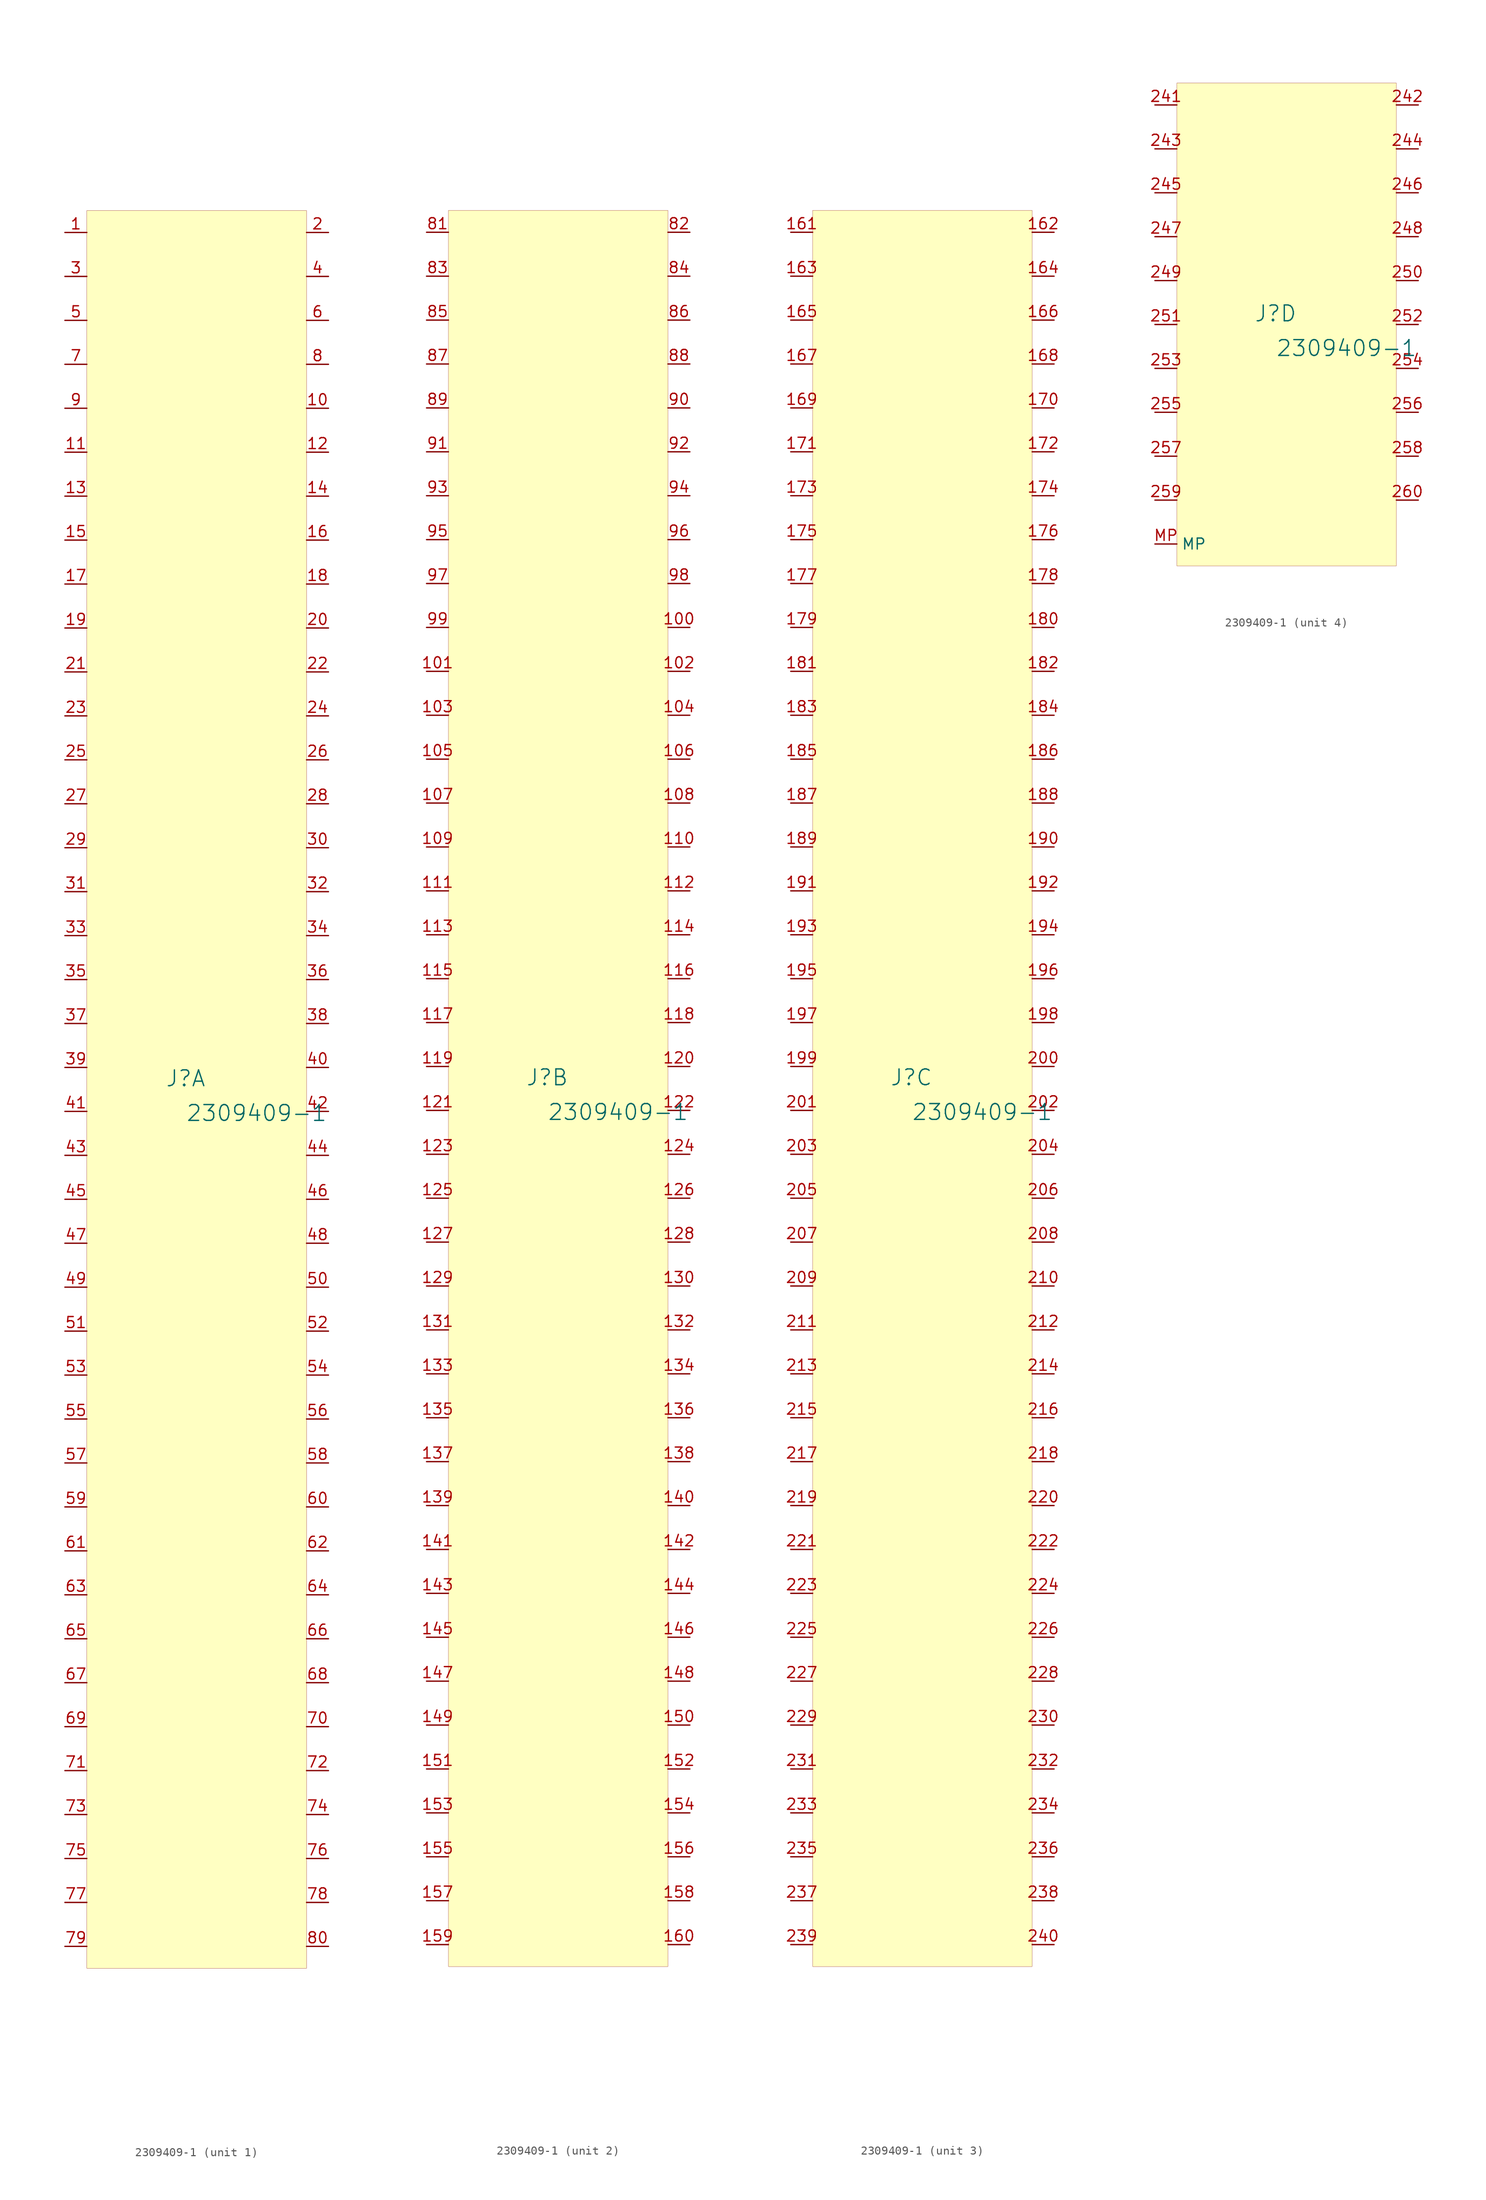
<source format=kicad_sym>
(kicad_symbol_lib
  (version 20231120)
  (generator "kicad_symbol_editor")
  (generator_version "8.0")
  (symbol "2309409-1"
    (property "Reference" "J"
      (at -1.27 1.27 0)
      (effects (font (size 1.829 1.829))))
    (property "Value" "2309409-1"
      (at -1.27 -3.81 0)
      (effects (font (size 1.829 1.829)) (justify left bottom)))
    (symbol "2309409-1_1_0"
      (rectangle (start 12.7 101.6) (end -12.7 -101.6) (stroke (width 0.025) (type solid) (color 128 0 0 1)) (fill (type background)))
      (pin passive line (at -15.24 99.06 0) (length 2.54) (name "" (effects (font (size 1.27 1.27)))) (number "1" (effects (font (size 1.27 1.27)))))
      (pin passive line (at 15.24 78.74 180) (length 2.54) (name "" (effects (font (size 1.27 1.27)))) (number "10" (effects (font (size 1.27 1.27)))))
      (pin passive line (at -15.24 73.66 0) (length 2.54) (name "" (effects (font (size 1.27 1.27)))) (number "11" (effects (font (size 1.27 1.27)))))
      (pin passive line (at 15.24 73.66 180) (length 2.54) (name "" (effects (font (size 1.27 1.27)))) (number "12" (effects (font (size 1.27 1.27)))))
      (pin passive line (at -15.24 68.58 0) (length 2.54) (name "" (effects (font (size 1.27 1.27)))) (number "13" (effects (font (size 1.27 1.27)))))
      (pin passive line (at 15.24 68.58 180) (length 2.54) (name "" (effects (font (size 1.27 1.27)))) (number "14" (effects (font (size 1.27 1.27)))))
      (pin passive line (at -15.24 63.5 0) (length 2.54) (name "" (effects (font (size 1.27 1.27)))) (number "15" (effects (font (size 1.27 1.27)))))
      (pin passive line (at 15.24 63.5 180) (length 2.54) (name "" (effects (font (size 1.27 1.27)))) (number "16" (effects (font (size 1.27 1.27)))))
      (pin passive line (at -15.24 58.42 0) (length 2.54) (name "" (effects (font (size 1.27 1.27)))) (number "17" (effects (font (size 1.27 1.27)))))
      (pin passive line (at 15.24 58.42 180) (length 2.54) (name "" (effects (font (size 1.27 1.27)))) (number "18" (effects (font (size 1.27 1.27)))))
      (pin passive line (at -15.24 53.34 0) (length 2.54) (name "" (effects (font (size 1.27 1.27)))) (number "19" (effects (font (size 1.27 1.27)))))
      (pin passive line (at 15.24 99.06 180) (length 2.54) (name "" (effects (font (size 1.27 1.27)))) (number "2" (effects (font (size 1.27 1.27)))))
      (pin passive line (at 15.24 53.34 180) (length 2.54) (name "" (effects (font (size 1.27 1.27)))) (number "20" (effects (font (size 1.27 1.27)))))
      (pin passive line (at -15.24 48.26 0) (length 2.54) (name "" (effects (font (size 1.27 1.27)))) (number "21" (effects (font (size 1.27 1.27)))))
      (pin passive line (at 15.24 48.26 180) (length 2.54) (name "" (effects (font (size 1.27 1.27)))) (number "22" (effects (font (size 1.27 1.27)))))
      (pin passive line (at -15.24 43.18 0) (length 2.54) (name "" (effects (font (size 1.27 1.27)))) (number "23" (effects (font (size 1.27 1.27)))))
      (pin passive line (at 15.24 43.18 180) (length 2.54) (name "" (effects (font (size 1.27 1.27)))) (number "24" (effects (font (size 1.27 1.27)))))
      (pin passive line (at -15.24 38.1 0) (length 2.54) (name "" (effects (font (size 1.27 1.27)))) (number "25" (effects (font (size 1.27 1.27)))))
      (pin passive line (at 15.24 38.1 180) (length 2.54) (name "" (effects (font (size 1.27 1.27)))) (number "26" (effects (font (size 1.27 1.27)))))
      (pin passive line (at -15.24 33.02 0) (length 2.54) (name "" (effects (font (size 1.27 1.27)))) (number "27" (effects (font (size 1.27 1.27)))))
      (pin passive line (at 15.24 33.02 180) (length 2.54) (name "" (effects (font (size 1.27 1.27)))) (number "28" (effects (font (size 1.27 1.27)))))
      (pin passive line (at -15.24 27.94 0) (length 2.54) (name "" (effects (font (size 1.27 1.27)))) (number "29" (effects (font (size 1.27 1.27)))))
      (pin passive line (at -15.24 93.98 0) (length 2.54) (name "" (effects (font (size 1.27 1.27)))) (number "3" (effects (font (size 1.27 1.27)))))
      (pin passive line (at 15.24 27.94 180) (length 2.54) (name "" (effects (font (size 1.27 1.27)))) (number "30" (effects (font (size 1.27 1.27)))))
      (pin passive line (at -15.24 22.86 0) (length 2.54) (name "" (effects (font (size 1.27 1.27)))) (number "31" (effects (font (size 1.27 1.27)))))
      (pin passive line (at 15.24 22.86 180) (length 2.54) (name "" (effects (font (size 1.27 1.27)))) (number "32" (effects (font (size 1.27 1.27)))))
      (pin passive line (at -15.24 17.78 0) (length 2.54) (name "" (effects (font (size 1.27 1.27)))) (number "33" (effects (font (size 1.27 1.27)))))
      (pin passive line (at 15.24 17.78 180) (length 2.54) (name "" (effects (font (size 1.27 1.27)))) (number "34" (effects (font (size 1.27 1.27)))))
      (pin passive line (at -15.24 12.7 0) (length 2.54) (name "" (effects (font (size 1.27 1.27)))) (number "35" (effects (font (size 1.27 1.27)))))
      (pin passive line (at 15.24 12.7 180) (length 2.54) (name "" (effects (font (size 1.27 1.27)))) (number "36" (effects (font (size 1.27 1.27)))))
      (pin passive line (at -15.24 7.62 0) (length 2.54) (name "" (effects (font (size 1.27 1.27)))) (number "37" (effects (font (size 1.27 1.27)))))
      (pin passive line (at 15.24 7.62 180) (length 2.54) (name "" (effects (font (size 1.27 1.27)))) (number "38" (effects (font (size 1.27 1.27)))))
      (pin passive line (at -15.24 2.54 0) (length 2.54) (name "" (effects (font (size 1.27 1.27)))) (number "39" (effects (font (size 1.27 1.27)))))
      (pin passive line (at 15.24 93.98 180) (length 2.54) (name "" (effects (font (size 1.27 1.27)))) (number "4" (effects (font (size 1.27 1.27)))))
      (pin passive line (at 15.24 2.54 180) (length 2.54) (name "" (effects (font (size 1.27 1.27)))) (number "40" (effects (font (size 1.27 1.27)))))
      (pin passive line (at -15.24 -2.54 0) (length 2.54) (name "" (effects (font (size 1.27 1.27)))) (number "41" (effects (font (size 1.27 1.27)))))
      (pin passive line (at 15.24 -2.54 180) (length 2.54) (name "" (effects (font (size 1.27 1.27)))) (number "42" (effects (font (size 1.27 1.27)))))
      (pin passive line (at -15.24 -7.62 0) (length 2.54) (name "" (effects (font (size 1.27 1.27)))) (number "43" (effects (font (size 1.27 1.27)))))
      (pin passive line (at 15.24 -7.62 180) (length 2.54) (name "" (effects (font (size 1.27 1.27)))) (number "44" (effects (font (size 1.27 1.27)))))
      (pin passive line (at -15.24 -12.7 0) (length 2.54) (name "" (effects (font (size 1.27 1.27)))) (number "45" (effects (font (size 1.27 1.27)))))
      (pin passive line (at 15.24 -12.7 180) (length 2.54) (name "" (effects (font (size 1.27 1.27)))) (number "46" (effects (font (size 1.27 1.27)))))
      (pin passive line (at -15.24 -17.78 0) (length 2.54) (name "" (effects (font (size 1.27 1.27)))) (number "47" (effects (font (size 1.27 1.27)))))
      (pin passive line (at 15.24 -17.78 180) (length 2.54) (name "" (effects (font (size 1.27 1.27)))) (number "48" (effects (font (size 1.27 1.27)))))
      (pin passive line (at -15.24 -22.86 0) (length 2.54) (name "" (effects (font (size 1.27 1.27)))) (number "49" (effects (font (size 1.27 1.27)))))
      (pin passive line (at -15.24 88.9 0) (length 2.54) (name "" (effects (font (size 1.27 1.27)))) (number "5" (effects (font (size 1.27 1.27)))))
      (pin passive line (at 15.24 -22.86 180) (length 2.54) (name "" (effects (font (size 1.27 1.27)))) (number "50" (effects (font (size 1.27 1.27)))))
      (pin passive line (at -15.24 -27.94 0) (length 2.54) (name "" (effects (font (size 1.27 1.27)))) (number "51" (effects (font (size 1.27 1.27)))))
      (pin passive line (at 15.24 -27.94 180) (length 2.54) (name "" (effects (font (size 1.27 1.27)))) (number "52" (effects (font (size 1.27 1.27)))))
      (pin passive line (at -15.24 -33.02 0) (length 2.54) (name "" (effects (font (size 1.27 1.27)))) (number "53" (effects (font (size 1.27 1.27)))))
      (pin passive line (at 15.24 -33.02 180) (length 2.54) (name "" (effects (font (size 1.27 1.27)))) (number "54" (effects (font (size 1.27 1.27)))))
      (pin passive line (at -15.24 -38.1 0) (length 2.54) (name "" (effects (font (size 1.27 1.27)))) (number "55" (effects (font (size 1.27 1.27)))))
      (pin passive line (at 15.24 -38.1 180) (length 2.54) (name "" (effects (font (size 1.27 1.27)))) (number "56" (effects (font (size 1.27 1.27)))))
      (pin passive line (at -15.24 -43.18 0) (length 2.54) (name "" (effects (font (size 1.27 1.27)))) (number "57" (effects (font (size 1.27 1.27)))))
      (pin passive line (at 15.24 -43.18 180) (length 2.54) (name "" (effects (font (size 1.27 1.27)))) (number "58" (effects (font (size 1.27 1.27)))))
      (pin passive line (at -15.24 -48.26 0) (length 2.54) (name "" (effects (font (size 1.27 1.27)))) (number "59" (effects (font (size 1.27 1.27)))))
      (pin passive line (at 15.24 88.9 180) (length 2.54) (name "" (effects (font (size 1.27 1.27)))) (number "6" (effects (font (size 1.27 1.27)))))
      (pin passive line (at 15.24 -48.26 180) (length 2.54) (name "" (effects (font (size 1.27 1.27)))) (number "60" (effects (font (size 1.27 1.27)))))
      (pin passive line (at -15.24 -53.34 0) (length 2.54) (name "" (effects (font (size 1.27 1.27)))) (number "61" (effects (font (size 1.27 1.27)))))
      (pin passive line (at 15.24 -53.34 180) (length 2.54) (name "" (effects (font (size 1.27 1.27)))) (number "62" (effects (font (size 1.27 1.27)))))
      (pin passive line (at -15.24 -58.42 0) (length 2.54) (name "" (effects (font (size 1.27 1.27)))) (number "63" (effects (font (size 1.27 1.27)))))
      (pin passive line (at 15.24 -58.42 180) (length 2.54) (name "" (effects (font (size 1.27 1.27)))) (number "64" (effects (font (size 1.27 1.27)))))
      (pin passive line (at -15.24 -63.5 0) (length 2.54) (name "" (effects (font (size 1.27 1.27)))) (number "65" (effects (font (size 1.27 1.27)))))
      (pin passive line (at 15.24 -63.5 180) (length 2.54) (name "" (effects (font (size 1.27 1.27)))) (number "66" (effects (font (size 1.27 1.27)))))
      (pin passive line (at -15.24 -68.58 0) (length 2.54) (name "" (effects (font (size 1.27 1.27)))) (number "67" (effects (font (size 1.27 1.27)))))
      (pin passive line (at 15.24 -68.58 180) (length 2.54) (name "" (effects (font (size 1.27 1.27)))) (number "68" (effects (font (size 1.27 1.27)))))
      (pin passive line (at -15.24 -73.66 0) (length 2.54) (name "" (effects (font (size 1.27 1.27)))) (number "69" (effects (font (size 1.27 1.27)))))
      (pin passive line (at -15.24 83.82 0) (length 2.54) (name "" (effects (font (size 1.27 1.27)))) (number "7" (effects (font (size 1.27 1.27)))))
      (pin passive line (at 15.24 -73.66 180) (length 2.54) (name "" (effects (font (size 1.27 1.27)))) (number "70" (effects (font (size 1.27 1.27)))))
      (pin passive line (at -15.24 -78.74 0) (length 2.54) (name "" (effects (font (size 1.27 1.27)))) (number "71" (effects (font (size 1.27 1.27)))))
      (pin passive line (at 15.24 -78.74 180) (length 2.54) (name "" (effects (font (size 1.27 1.27)))) (number "72" (effects (font (size 1.27 1.27)))))
      (pin passive line (at -15.24 -83.82 0) (length 2.54) (name "" (effects (font (size 1.27 1.27)))) (number "73" (effects (font (size 1.27 1.27)))))
      (pin passive line (at 15.24 -83.82 180) (length 2.54) (name "" (effects (font (size 1.27 1.27)))) (number "74" (effects (font (size 1.27 1.27)))))
      (pin passive line (at -15.24 -88.9 0) (length 2.54) (name "" (effects (font (size 1.27 1.27)))) (number "75" (effects (font (size 1.27 1.27)))))
      (pin passive line (at 15.24 -88.9 180) (length 2.54) (name "" (effects (font (size 1.27 1.27)))) (number "76" (effects (font (size 1.27 1.27)))))
      (pin passive line (at -15.24 -93.98 0) (length 2.54) (name "" (effects (font (size 1.27 1.27)))) (number "77" (effects (font (size 1.27 1.27)))))
      (pin passive line (at 15.24 -93.98 180) (length 2.54) (name "" (effects (font (size 1.27 1.27)))) (number "78" (effects (font (size 1.27 1.27)))))
      (pin passive line (at -15.24 -99.06 0) (length 2.54) (name "" (effects (font (size 1.27 1.27)))) (number "79" (effects (font (size 1.27 1.27)))))
      (pin passive line (at 15.24 83.82 180) (length 2.54) (name "" (effects (font (size 1.27 1.27)))) (number "8" (effects (font (size 1.27 1.27)))))
      (pin passive line (at 15.24 -99.06 180) (length 2.54) (name "" (effects (font (size 1.27 1.27)))) (number "80" (effects (font (size 1.27 1.27)))))
      (pin passive line (at -15.24 78.74 0) (length 2.54) (name "" (effects (font (size 1.27 1.27)))) (number "9" (effects (font (size 1.27 1.27))))))
    (symbol "2309409-1_2_0"
      (rectangle (start 12.7 101.6) (end -12.7 -101.6) (stroke (width 0.025) (type solid) (color 128 0 0 1)) (fill (type background)))
      (pin passive line (at 15.24 53.34 180) (length 2.54) (name "" (effects (font (size 1.27 1.27)))) (number "100" (effects (font (size 1.27 1.27)))))
      (pin passive line (at -15.24 48.26 0) (length 2.54) (name "" (effects (font (size 1.27 1.27)))) (number "101" (effects (font (size 1.27 1.27)))))
      (pin passive line (at 15.24 48.26 180) (length 2.54) (name "" (effects (font (size 1.27 1.27)))) (number "102" (effects (font (size 1.27 1.27)))))
      (pin passive line (at -15.24 43.18 0) (length 2.54) (name "" (effects (font (size 1.27 1.27)))) (number "103" (effects (font (size 1.27 1.27)))))
      (pin passive line (at 15.24 43.18 180) (length 2.54) (name "" (effects (font (size 1.27 1.27)))) (number "104" (effects (font (size 1.27 1.27)))))
      (pin passive line (at -15.24 38.1 0) (length 2.54) (name "" (effects (font (size 1.27 1.27)))) (number "105" (effects (font (size 1.27 1.27)))))
      (pin passive line (at 15.24 38.1 180) (length 2.54) (name "" (effects (font (size 1.27 1.27)))) (number "106" (effects (font (size 1.27 1.27)))))
      (pin passive line (at -15.24 33.02 0) (length 2.54) (name "" (effects (font (size 1.27 1.27)))) (number "107" (effects (font (size 1.27 1.27)))))
      (pin passive line (at 15.24 33.02 180) (length 2.54) (name "" (effects (font (size 1.27 1.27)))) (number "108" (effects (font (size 1.27 1.27)))))
      (pin passive line (at -15.24 27.94 0) (length 2.54) (name "" (effects (font (size 1.27 1.27)))) (number "109" (effects (font (size 1.27 1.27)))))
      (pin passive line (at 15.24 27.94 180) (length 2.54) (name "" (effects (font (size 1.27 1.27)))) (number "110" (effects (font (size 1.27 1.27)))))
      (pin passive line (at -15.24 22.86 0) (length 2.54) (name "" (effects (font (size 1.27 1.27)))) (number "111" (effects (font (size 1.27 1.27)))))
      (pin passive line (at 15.24 22.86 180) (length 2.54) (name "" (effects (font (size 1.27 1.27)))) (number "112" (effects (font (size 1.27 1.27)))))
      (pin passive line (at -15.24 17.78 0) (length 2.54) (name "" (effects (font (size 1.27 1.27)))) (number "113" (effects (font (size 1.27 1.27)))))
      (pin passive line (at 15.24 17.78 180) (length 2.54) (name "" (effects (font (size 1.27 1.27)))) (number "114" (effects (font (size 1.27 1.27)))))
      (pin passive line (at -15.24 12.7 0) (length 2.54) (name "" (effects (font (size 1.27 1.27)))) (number "115" (effects (font (size 1.27 1.27)))))
      (pin passive line (at 15.24 12.7 180) (length 2.54) (name "" (effects (font (size 1.27 1.27)))) (number "116" (effects (font (size 1.27 1.27)))))
      (pin passive line (at -15.24 7.62 0) (length 2.54) (name "" (effects (font (size 1.27 1.27)))) (number "117" (effects (font (size 1.27 1.27)))))
      (pin passive line (at 15.24 7.62 180) (length 2.54) (name "" (effects (font (size 1.27 1.27)))) (number "118" (effects (font (size 1.27 1.27)))))
      (pin passive line (at -15.24 2.54 0) (length 2.54) (name "" (effects (font (size 1.27 1.27)))) (number "119" (effects (font (size 1.27 1.27)))))
      (pin passive line (at 15.24 2.54 180) (length 2.54) (name "" (effects (font (size 1.27 1.27)))) (number "120" (effects (font (size 1.27 1.27)))))
      (pin passive line (at -15.24 -2.54 0) (length 2.54) (name "" (effects (font (size 1.27 1.27)))) (number "121" (effects (font (size 1.27 1.27)))))
      (pin passive line (at 15.24 -2.54 180) (length 2.54) (name "" (effects (font (size 1.27 1.27)))) (number "122" (effects (font (size 1.27 1.27)))))
      (pin passive line (at -15.24 -7.62 0) (length 2.54) (name "" (effects (font (size 1.27 1.27)))) (number "123" (effects (font (size 1.27 1.27)))))
      (pin passive line (at 15.24 -7.62 180) (length 2.54) (name "" (effects (font (size 1.27 1.27)))) (number "124" (effects (font (size 1.27 1.27)))))
      (pin passive line (at -15.24 -12.7 0) (length 2.54) (name "" (effects (font (size 1.27 1.27)))) (number "125" (effects (font (size 1.27 1.27)))))
      (pin passive line (at 15.24 -12.7 180) (length 2.54) (name "" (effects (font (size 1.27 1.27)))) (number "126" (effects (font (size 1.27 1.27)))))
      (pin passive line (at -15.24 -17.78 0) (length 2.54) (name "" (effects (font (size 1.27 1.27)))) (number "127" (effects (font (size 1.27 1.27)))))
      (pin passive line (at 15.24 -17.78 180) (length 2.54) (name "" (effects (font (size 1.27 1.27)))) (number "128" (effects (font (size 1.27 1.27)))))
      (pin passive line (at -15.24 -22.86 0) (length 2.54) (name "" (effects (font (size 1.27 1.27)))) (number "129" (effects (font (size 1.27 1.27)))))
      (pin passive line (at 15.24 -22.86 180) (length 2.54) (name "" (effects (font (size 1.27 1.27)))) (number "130" (effects (font (size 1.27 1.27)))))
      (pin passive line (at -15.24 -27.94 0) (length 2.54) (name "" (effects (font (size 1.27 1.27)))) (number "131" (effects (font (size 1.27 1.27)))))
      (pin passive line (at 15.24 -27.94 180) (length 2.54) (name "" (effects (font (size 1.27 1.27)))) (number "132" (effects (font (size 1.27 1.27)))))
      (pin passive line (at -15.24 -33.02 0) (length 2.54) (name "" (effects (font (size 1.27 1.27)))) (number "133" (effects (font (size 1.27 1.27)))))
      (pin passive line (at 15.24 -33.02 180) (length 2.54) (name "" (effects (font (size 1.27 1.27)))) (number "134" (effects (font (size 1.27 1.27)))))
      (pin passive line (at -15.24 -38.1 0) (length 2.54) (name "" (effects (font (size 1.27 1.27)))) (number "135" (effects (font (size 1.27 1.27)))))
      (pin passive line (at 15.24 -38.1 180) (length 2.54) (name "" (effects (font (size 1.27 1.27)))) (number "136" (effects (font (size 1.27 1.27)))))
      (pin passive line (at -15.24 -43.18 0) (length 2.54) (name "" (effects (font (size 1.27 1.27)))) (number "137" (effects (font (size 1.27 1.27)))))
      (pin passive line (at 15.24 -43.18 180) (length 2.54) (name "" (effects (font (size 1.27 1.27)))) (number "138" (effects (font (size 1.27 1.27)))))
      (pin passive line (at -15.24 -48.26 0) (length 2.54) (name "" (effects (font (size 1.27 1.27)))) (number "139" (effects (font (size 1.27 1.27)))))
      (pin passive line (at 15.24 -48.26 180) (length 2.54) (name "" (effects (font (size 1.27 1.27)))) (number "140" (effects (font (size 1.27 1.27)))))
      (pin passive line (at -15.24 -53.34 0) (length 2.54) (name "" (effects (font (size 1.27 1.27)))) (number "141" (effects (font (size 1.27 1.27)))))
      (pin passive line (at 15.24 -53.34 180) (length 2.54) (name "" (effects (font (size 1.27 1.27)))) (number "142" (effects (font (size 1.27 1.27)))))
      (pin passive line (at -15.24 -58.42 0) (length 2.54) (name "" (effects (font (size 1.27 1.27)))) (number "143" (effects (font (size 1.27 1.27)))))
      (pin passive line (at 15.24 -58.42 180) (length 2.54) (name "" (effects (font (size 1.27 1.27)))) (number "144" (effects (font (size 1.27 1.27)))))
      (pin passive line (at -15.24 -63.5 0) (length 2.54) (name "" (effects (font (size 1.27 1.27)))) (number "145" (effects (font (size 1.27 1.27)))))
      (pin passive line (at 15.24 -63.5 180) (length 2.54) (name "" (effects (font (size 1.27 1.27)))) (number "146" (effects (font (size 1.27 1.27)))))
      (pin passive line (at -15.24 -68.58 0) (length 2.54) (name "" (effects (font (size 1.27 1.27)))) (number "147" (effects (font (size 1.27 1.27)))))
      (pin passive line (at 15.24 -68.58 180) (length 2.54) (name "" (effects (font (size 1.27 1.27)))) (number "148" (effects (font (size 1.27 1.27)))))
      (pin passive line (at -15.24 -73.66 0) (length 2.54) (name "" (effects (font (size 1.27 1.27)))) (number "149" (effects (font (size 1.27 1.27)))))
      (pin passive line (at 15.24 -73.66 180) (length 2.54) (name "" (effects (font (size 1.27 1.27)))) (number "150" (effects (font (size 1.27 1.27)))))
      (pin passive line (at -15.24 -78.74 0) (length 2.54) (name "" (effects (font (size 1.27 1.27)))) (number "151" (effects (font (size 1.27 1.27)))))
      (pin passive line (at 15.24 -78.74 180) (length 2.54) (name "" (effects (font (size 1.27 1.27)))) (number "152" (effects (font (size 1.27 1.27)))))
      (pin passive line (at -15.24 -83.82 0) (length 2.54) (name "" (effects (font (size 1.27 1.27)))) (number "153" (effects (font (size 1.27 1.27)))))
      (pin passive line (at 15.24 -83.82 180) (length 2.54) (name "" (effects (font (size 1.27 1.27)))) (number "154" (effects (font (size 1.27 1.27)))))
      (pin passive line (at -15.24 -88.9 0) (length 2.54) (name "" (effects (font (size 1.27 1.27)))) (number "155" (effects (font (size 1.27 1.27)))))
      (pin passive line (at 15.24 -88.9 180) (length 2.54) (name "" (effects (font (size 1.27 1.27)))) (number "156" (effects (font (size 1.27 1.27)))))
      (pin passive line (at -15.24 -93.98 0) (length 2.54) (name "" (effects (font (size 1.27 1.27)))) (number "157" (effects (font (size 1.27 1.27)))))
      (pin passive line (at 15.24 -93.98 180) (length 2.54) (name "" (effects (font (size 1.27 1.27)))) (number "158" (effects (font (size 1.27 1.27)))))
      (pin passive line (at -15.24 -99.06 0) (length 2.54) (name "" (effects (font (size 1.27 1.27)))) (number "159" (effects (font (size 1.27 1.27)))))
      (pin passive line (at 15.24 -99.06 180) (length 2.54) (name "" (effects (font (size 1.27 1.27)))) (number "160" (effects (font (size 1.27 1.27)))))
      (pin passive line (at -15.24 99.06 0) (length 2.54) (name "" (effects (font (size 1.27 1.27)))) (number "81" (effects (font (size 1.27 1.27)))))
      (pin passive line (at 15.24 99.06 180) (length 2.54) (name "" (effects (font (size 1.27 1.27)))) (number "82" (effects (font (size 1.27 1.27)))))
      (pin passive line (at -15.24 93.98 0) (length 2.54) (name "" (effects (font (size 1.27 1.27)))) (number "83" (effects (font (size 1.27 1.27)))))
      (pin passive line (at 15.24 93.98 180) (length 2.54) (name "" (effects (font (size 1.27 1.27)))) (number "84" (effects (font (size 1.27 1.27)))))
      (pin passive line (at -15.24 88.9 0) (length 2.54) (name "" (effects (font (size 1.27 1.27)))) (number "85" (effects (font (size 1.27 1.27)))))
      (pin passive line (at 15.24 88.9 180) (length 2.54) (name "" (effects (font (size 1.27 1.27)))) (number "86" (effects (font (size 1.27 1.27)))))
      (pin passive line (at -15.24 83.82 0) (length 2.54) (name "" (effects (font (size 1.27 1.27)))) (number "87" (effects (font (size 1.27 1.27)))))
      (pin passive line (at 15.24 83.82 180) (length 2.54) (name "" (effects (font (size 1.27 1.27)))) (number "88" (effects (font (size 1.27 1.27)))))
      (pin passive line (at -15.24 78.74 0) (length 2.54) (name "" (effects (font (size 1.27 1.27)))) (number "89" (effects (font (size 1.27 1.27)))))
      (pin passive line (at 15.24 78.74 180) (length 2.54) (name "" (effects (font (size 1.27 1.27)))) (number "90" (effects (font (size 1.27 1.27)))))
      (pin passive line (at -15.24 73.66 0) (length 2.54) (name "" (effects (font (size 1.27 1.27)))) (number "91" (effects (font (size 1.27 1.27)))))
      (pin passive line (at 15.24 73.66 180) (length 2.54) (name "" (effects (font (size 1.27 1.27)))) (number "92" (effects (font (size 1.27 1.27)))))
      (pin passive line (at -15.24 68.58 0) (length 2.54) (name "" (effects (font (size 1.27 1.27)))) (number "93" (effects (font (size 1.27 1.27)))))
      (pin passive line (at 15.24 68.58 180) (length 2.54) (name "" (effects (font (size 1.27 1.27)))) (number "94" (effects (font (size 1.27 1.27)))))
      (pin passive line (at -15.24 63.5 0) (length 2.54) (name "" (effects (font (size 1.27 1.27)))) (number "95" (effects (font (size 1.27 1.27)))))
      (pin passive line (at 15.24 63.5 180) (length 2.54) (name "" (effects (font (size 1.27 1.27)))) (number "96" (effects (font (size 1.27 1.27)))))
      (pin passive line (at -15.24 58.42 0) (length 2.54) (name "" (effects (font (size 1.27 1.27)))) (number "97" (effects (font (size 1.27 1.27)))))
      (pin passive line (at 15.24 58.42 180) (length 2.54) (name "" (effects (font (size 1.27 1.27)))) (number "98" (effects (font (size 1.27 1.27)))))
      (pin passive line (at -15.24 53.34 0) (length 2.54) (name "" (effects (font (size 1.27 1.27)))) (number "99" (effects (font (size 1.27 1.27))))))
    (symbol "2309409-1_3_0"
      (rectangle (start 12.7 101.6) (end -12.7 -101.6) (stroke (width 0.025) (type solid) (color 128 0 0 1)) (fill (type background)))
      (pin passive line (at -15.24 99.06 0) (length 2.54) (name "" (effects (font (size 1.27 1.27)))) (number "161" (effects (font (size 1.27 1.27)))))
      (pin passive line (at 15.24 99.06 180) (length 2.54) (name "" (effects (font (size 1.27 1.27)))) (number "162" (effects (font (size 1.27 1.27)))))
      (pin passive line (at -15.24 93.98 0) (length 2.54) (name "" (effects (font (size 1.27 1.27)))) (number "163" (effects (font (size 1.27 1.27)))))
      (pin passive line (at 15.24 93.98 180) (length 2.54) (name "" (effects (font (size 1.27 1.27)))) (number "164" (effects (font (size 1.27 1.27)))))
      (pin passive line (at -15.24 88.9 0) (length 2.54) (name "" (effects (font (size 1.27 1.27)))) (number "165" (effects (font (size 1.27 1.27)))))
      (pin passive line (at 15.24 88.9 180) (length 2.54) (name "" (effects (font (size 1.27 1.27)))) (number "166" (effects (font (size 1.27 1.27)))))
      (pin passive line (at -15.24 83.82 0) (length 2.54) (name "" (effects (font (size 1.27 1.27)))) (number "167" (effects (font (size 1.27 1.27)))))
      (pin passive line (at 15.24 83.82 180) (length 2.54) (name "" (effects (font (size 1.27 1.27)))) (number "168" (effects (font (size 1.27 1.27)))))
      (pin passive line (at -15.24 78.74 0) (length 2.54) (name "" (effects (font (size 1.27 1.27)))) (number "169" (effects (font (size 1.27 1.27)))))
      (pin passive line (at 15.24 78.74 180) (length 2.54) (name "" (effects (font (size 1.27 1.27)))) (number "170" (effects (font (size 1.27 1.27)))))
      (pin passive line (at -15.24 73.66 0) (length 2.54) (name "" (effects (font (size 1.27 1.27)))) (number "171" (effects (font (size 1.27 1.27)))))
      (pin passive line (at 15.24 73.66 180) (length 2.54) (name "" (effects (font (size 1.27 1.27)))) (number "172" (effects (font (size 1.27 1.27)))))
      (pin passive line (at -15.24 68.58 0) (length 2.54) (name "" (effects (font (size 1.27 1.27)))) (number "173" (effects (font (size 1.27 1.27)))))
      (pin passive line (at 15.24 68.58 180) (length 2.54) (name "" (effects (font (size 1.27 1.27)))) (number "174" (effects (font (size 1.27 1.27)))))
      (pin passive line (at -15.24 63.5 0) (length 2.54) (name "" (effects (font (size 1.27 1.27)))) (number "175" (effects (font (size 1.27 1.27)))))
      (pin passive line (at 15.24 63.5 180) (length 2.54) (name "" (effects (font (size 1.27 1.27)))) (number "176" (effects (font (size 1.27 1.27)))))
      (pin passive line (at -15.24 58.42 0) (length 2.54) (name "" (effects (font (size 1.27 1.27)))) (number "177" (effects (font (size 1.27 1.27)))))
      (pin passive line (at 15.24 58.42 180) (length 2.54) (name "" (effects (font (size 1.27 1.27)))) (number "178" (effects (font (size 1.27 1.27)))))
      (pin passive line (at -15.24 53.34 0) (length 2.54) (name "" (effects (font (size 1.27 1.27)))) (number "179" (effects (font (size 1.27 1.27)))))
      (pin passive line (at 15.24 53.34 180) (length 2.54) (name "" (effects (font (size 1.27 1.27)))) (number "180" (effects (font (size 1.27 1.27)))))
      (pin passive line (at -15.24 48.26 0) (length 2.54) (name "" (effects (font (size 1.27 1.27)))) (number "181" (effects (font (size 1.27 1.27)))))
      (pin passive line (at 15.24 48.26 180) (length 2.54) (name "" (effects (font (size 1.27 1.27)))) (number "182" (effects (font (size 1.27 1.27)))))
      (pin passive line (at -15.24 43.18 0) (length 2.54) (name "" (effects (font (size 1.27 1.27)))) (number "183" (effects (font (size 1.27 1.27)))))
      (pin passive line (at 15.24 43.18 180) (length 2.54) (name "" (effects (font (size 1.27 1.27)))) (number "184" (effects (font (size 1.27 1.27)))))
      (pin passive line (at -15.24 38.1 0) (length 2.54) (name "" (effects (font (size 1.27 1.27)))) (number "185" (effects (font (size 1.27 1.27)))))
      (pin passive line (at 15.24 38.1 180) (length 2.54) (name "" (effects (font (size 1.27 1.27)))) (number "186" (effects (font (size 1.27 1.27)))))
      (pin passive line (at -15.24 33.02 0) (length 2.54) (name "" (effects (font (size 1.27 1.27)))) (number "187" (effects (font (size 1.27 1.27)))))
      (pin passive line (at 15.24 33.02 180) (length 2.54) (name "" (effects (font (size 1.27 1.27)))) (number "188" (effects (font (size 1.27 1.27)))))
      (pin passive line (at -15.24 27.94 0) (length 2.54) (name "" (effects (font (size 1.27 1.27)))) (number "189" (effects (font (size 1.27 1.27)))))
      (pin passive line (at 15.24 27.94 180) (length 2.54) (name "" (effects (font (size 1.27 1.27)))) (number "190" (effects (font (size 1.27 1.27)))))
      (pin passive line (at -15.24 22.86 0) (length 2.54) (name "" (effects (font (size 1.27 1.27)))) (number "191" (effects (font (size 1.27 1.27)))))
      (pin passive line (at 15.24 22.86 180) (length 2.54) (name "" (effects (font (size 1.27 1.27)))) (number "192" (effects (font (size 1.27 1.27)))))
      (pin passive line (at -15.24 17.78 0) (length 2.54) (name "" (effects (font (size 1.27 1.27)))) (number "193" (effects (font (size 1.27 1.27)))))
      (pin passive line (at 15.24 17.78 180) (length 2.54) (name "" (effects (font (size 1.27 1.27)))) (number "194" (effects (font (size 1.27 1.27)))))
      (pin passive line (at -15.24 12.7 0) (length 2.54) (name "" (effects (font (size 1.27 1.27)))) (number "195" (effects (font (size 1.27 1.27)))))
      (pin passive line (at 15.24 12.7 180) (length 2.54) (name "" (effects (font (size 1.27 1.27)))) (number "196" (effects (font (size 1.27 1.27)))))
      (pin passive line (at -15.24 7.62 0) (length 2.54) (name "" (effects (font (size 1.27 1.27)))) (number "197" (effects (font (size 1.27 1.27)))))
      (pin passive line (at 15.24 7.62 180) (length 2.54) (name "" (effects (font (size 1.27 1.27)))) (number "198" (effects (font (size 1.27 1.27)))))
      (pin passive line (at -15.24 2.54 0) (length 2.54) (name "" (effects (font (size 1.27 1.27)))) (number "199" (effects (font (size 1.27 1.27)))))
      (pin passive line (at 15.24 2.54 180) (length 2.54) (name "" (effects (font (size 1.27 1.27)))) (number "200" (effects (font (size 1.27 1.27)))))
      (pin passive line (at -15.24 -2.54 0) (length 2.54) (name "" (effects (font (size 1.27 1.27)))) (number "201" (effects (font (size 1.27 1.27)))))
      (pin passive line (at 15.24 -2.54 180) (length 2.54) (name "" (effects (font (size 1.27 1.27)))) (number "202" (effects (font (size 1.27 1.27)))))
      (pin passive line (at -15.24 -7.62 0) (length 2.54) (name "" (effects (font (size 1.27 1.27)))) (number "203" (effects (font (size 1.27 1.27)))))
      (pin passive line (at 15.24 -7.62 180) (length 2.54) (name "" (effects (font (size 1.27 1.27)))) (number "204" (effects (font (size 1.27 1.27)))))
      (pin passive line (at -15.24 -12.7 0) (length 2.54) (name "" (effects (font (size 1.27 1.27)))) (number "205" (effects (font (size 1.27 1.27)))))
      (pin passive line (at 15.24 -12.7 180) (length 2.54) (name "" (effects (font (size 1.27 1.27)))) (number "206" (effects (font (size 1.27 1.27)))))
      (pin passive line (at -15.24 -17.78 0) (length 2.54) (name "" (effects (font (size 1.27 1.27)))) (number "207" (effects (font (size 1.27 1.27)))))
      (pin passive line (at 15.24 -17.78 180) (length 2.54) (name "" (effects (font (size 1.27 1.27)))) (number "208" (effects (font (size 1.27 1.27)))))
      (pin passive line (at -15.24 -22.86 0) (length 2.54) (name "" (effects (font (size 1.27 1.27)))) (number "209" (effects (font (size 1.27 1.27)))))
      (pin passive line (at 15.24 -22.86 180) (length 2.54) (name "" (effects (font (size 1.27 1.27)))) (number "210" (effects (font (size 1.27 1.27)))))
      (pin passive line (at -15.24 -27.94 0) (length 2.54) (name "" (effects (font (size 1.27 1.27)))) (number "211" (effects (font (size 1.27 1.27)))))
      (pin passive line (at 15.24 -27.94 180) (length 2.54) (name "" (effects (font (size 1.27 1.27)))) (number "212" (effects (font (size 1.27 1.27)))))
      (pin passive line (at -15.24 -33.02 0) (length 2.54) (name "" (effects (font (size 1.27 1.27)))) (number "213" (effects (font (size 1.27 1.27)))))
      (pin passive line (at 15.24 -33.02 180) (length 2.54) (name "" (effects (font (size 1.27 1.27)))) (number "214" (effects (font (size 1.27 1.27)))))
      (pin passive line (at -15.24 -38.1 0) (length 2.54) (name "" (effects (font (size 1.27 1.27)))) (number "215" (effects (font (size 1.27 1.27)))))
      (pin passive line (at 15.24 -38.1 180) (length 2.54) (name "" (effects (font (size 1.27 1.27)))) (number "216" (effects (font (size 1.27 1.27)))))
      (pin passive line (at -15.24 -43.18 0) (length 2.54) (name "" (effects (font (size 1.27 1.27)))) (number "217" (effects (font (size 1.27 1.27)))))
      (pin passive line (at 15.24 -43.18 180) (length 2.54) (name "" (effects (font (size 1.27 1.27)))) (number "218" (effects (font (size 1.27 1.27)))))
      (pin passive line (at -15.24 -48.26 0) (length 2.54) (name "" (effects (font (size 1.27 1.27)))) (number "219" (effects (font (size 1.27 1.27)))))
      (pin passive line (at 15.24 -48.26 180) (length 2.54) (name "" (effects (font (size 1.27 1.27)))) (number "220" (effects (font (size 1.27 1.27)))))
      (pin passive line (at -15.24 -53.34 0) (length 2.54) (name "" (effects (font (size 1.27 1.27)))) (number "221" (effects (font (size 1.27 1.27)))))
      (pin passive line (at 15.24 -53.34 180) (length 2.54) (name "" (effects (font (size 1.27 1.27)))) (number "222" (effects (font (size 1.27 1.27)))))
      (pin passive line (at -15.24 -58.42 0) (length 2.54) (name "" (effects (font (size 1.27 1.27)))) (number "223" (effects (font (size 1.27 1.27)))))
      (pin passive line (at 15.24 -58.42 180) (length 2.54) (name "" (effects (font (size 1.27 1.27)))) (number "224" (effects (font (size 1.27 1.27)))))
      (pin passive line (at -15.24 -63.5 0) (length 2.54) (name "" (effects (font (size 1.27 1.27)))) (number "225" (effects (font (size 1.27 1.27)))))
      (pin passive line (at 15.24 -63.5 180) (length 2.54) (name "" (effects (font (size 1.27 1.27)))) (number "226" (effects (font (size 1.27 1.27)))))
      (pin passive line (at -15.24 -68.58 0) (length 2.54) (name "" (effects (font (size 1.27 1.27)))) (number "227" (effects (font (size 1.27 1.27)))))
      (pin passive line (at 15.24 -68.58 180) (length 2.54) (name "" (effects (font (size 1.27 1.27)))) (number "228" (effects (font (size 1.27 1.27)))))
      (pin passive line (at -15.24 -73.66 0) (length 2.54) (name "" (effects (font (size 1.27 1.27)))) (number "229" (effects (font (size 1.27 1.27)))))
      (pin passive line (at 15.24 -73.66 180) (length 2.54) (name "" (effects (font (size 1.27 1.27)))) (number "230" (effects (font (size 1.27 1.27)))))
      (pin passive line (at -15.24 -78.74 0) (length 2.54) (name "" (effects (font (size 1.27 1.27)))) (number "231" (effects (font (size 1.27 1.27)))))
      (pin passive line (at 15.24 -78.74 180) (length 2.54) (name "" (effects (font (size 1.27 1.27)))) (number "232" (effects (font (size 1.27 1.27)))))
      (pin passive line (at -15.24 -83.82 0) (length 2.54) (name "" (effects (font (size 1.27 1.27)))) (number "233" (effects (font (size 1.27 1.27)))))
      (pin passive line (at 15.24 -83.82 180) (length 2.54) (name "" (effects (font (size 1.27 1.27)))) (number "234" (effects (font (size 1.27 1.27)))))
      (pin passive line (at -15.24 -88.9 0) (length 2.54) (name "" (effects (font (size 1.27 1.27)))) (number "235" (effects (font (size 1.27 1.27)))))
      (pin passive line (at 15.24 -88.9 180) (length 2.54) (name "" (effects (font (size 1.27 1.27)))) (number "236" (effects (font (size 1.27 1.27)))))
      (pin passive line (at -15.24 -93.98 0) (length 2.54) (name "" (effects (font (size 1.27 1.27)))) (number "237" (effects (font (size 1.27 1.27)))))
      (pin passive line (at 15.24 -93.98 180) (length 2.54) (name "" (effects (font (size 1.27 1.27)))) (number "238" (effects (font (size 1.27 1.27)))))
      (pin passive line (at -15.24 -99.06 0) (length 2.54) (name "" (effects (font (size 1.27 1.27)))) (number "239" (effects (font (size 1.27 1.27)))))
      (pin passive line (at 15.24 -99.06 180) (length 2.54) (name "" (effects (font (size 1.27 1.27)))) (number "240" (effects (font (size 1.27 1.27))))))
    (symbol "2309409-1_4_0"
      (rectangle (start 12.7 27.94) (end -12.7 -27.94) (stroke (width 0.025) (type solid) (color 128 0 0 1)) (fill (type background)))
      (pin passive line (at -15.24 25.4 0) (length 2.54) (name "" (effects (font (size 1.27 1.27)))) (number "241" (effects (font (size 1.27 1.27)))))
      (pin passive line (at 15.24 25.4 180) (length 2.54) (name "" (effects (font (size 1.27 1.27)))) (number "242" (effects (font (size 1.27 1.27)))))
      (pin passive line (at -15.24 20.32 0) (length 2.54) (name "" (effects (font (size 1.27 1.27)))) (number "243" (effects (font (size 1.27 1.27)))))
      (pin passive line (at 15.24 20.32 180) (length 2.54) (name "" (effects (font (size 1.27 1.27)))) (number "244" (effects (font (size 1.27 1.27)))))
      (pin passive line (at -15.24 15.24 0) (length 2.54) (name "" (effects (font (size 1.27 1.27)))) (number "245" (effects (font (size 1.27 1.27)))))
      (pin passive line (at 15.24 15.24 180) (length 2.54) (name "" (effects (font (size 1.27 1.27)))) (number "246" (effects (font (size 1.27 1.27)))))
      (pin passive line (at -15.24 10.16 0) (length 2.54) (name "" (effects (font (size 1.27 1.27)))) (number "247" (effects (font (size 1.27 1.27)))))
      (pin passive line (at 15.24 10.16 180) (length 2.54) (name "" (effects (font (size 1.27 1.27)))) (number "248" (effects (font (size 1.27 1.27)))))
      (pin passive line (at -15.24 5.08 0) (length 2.54) (name "" (effects (font (size 1.27 1.27)))) (number "249" (effects (font (size 1.27 1.27)))))
      (pin passive line (at 15.24 5.08 180) (length 2.54) (name "" (effects (font (size 1.27 1.27)))) (number "250" (effects (font (size 1.27 1.27)))))
      (pin passive line (at -15.24 0 0) (length 2.54) (name "" (effects (font (size 1.27 1.27)))) (number "251" (effects (font (size 1.27 1.27)))))
      (pin passive line (at 15.24 0 180) (length 2.54) (name "" (effects (font (size 1.27 1.27)))) (number "252" (effects (font (size 1.27 1.27)))))
      (pin passive line (at -15.24 -5.08 0) (length 2.54) (name "" (effects (font (size 1.27 1.27)))) (number "253" (effects (font (size 1.27 1.27)))))
      (pin passive line (at 15.24 -5.08 180) (length 2.54) (name "" (effects (font (size 1.27 1.27)))) (number "254" (effects (font (size 1.27 1.27)))))
      (pin passive line (at -15.24 -10.16 0) (length 2.54) (name "" (effects (font (size 1.27 1.27)))) (number "255" (effects (font (size 1.27 1.27)))))
      (pin passive line (at 15.24 -10.16 180) (length 2.54) (name "" (effects (font (size 1.27 1.27)))) (number "256" (effects (font (size 1.27 1.27)))))
      (pin passive line (at -15.24 -15.24 0) (length 2.54) (name "" (effects (font (size 1.27 1.27)))) (number "257" (effects (font (size 1.27 1.27)))))
      (pin passive line (at 15.24 -15.24 180) (length 2.54) (name "" (effects (font (size 1.27 1.27)))) (number "258" (effects (font (size 1.27 1.27)))))
      (pin passive line (at -15.24 -20.32 0) (length 2.54) (name "" (effects (font (size 1.27 1.27)))) (number "259" (effects (font (size 1.27 1.27)))))
      (pin passive line (at 15.24 -20.32 180) (length 2.54) (name "" (effects (font (size 1.27 1.27)))) (number "260" (effects (font (size 1.27 1.27)))))
      (pin passive line (at -15.24 -25.4 0) (length 2.54) (name "MP" (effects (font (size 1.27 1.27)))) (number "MP" (effects (font (size 1.27 1.27))))))))
</source>
